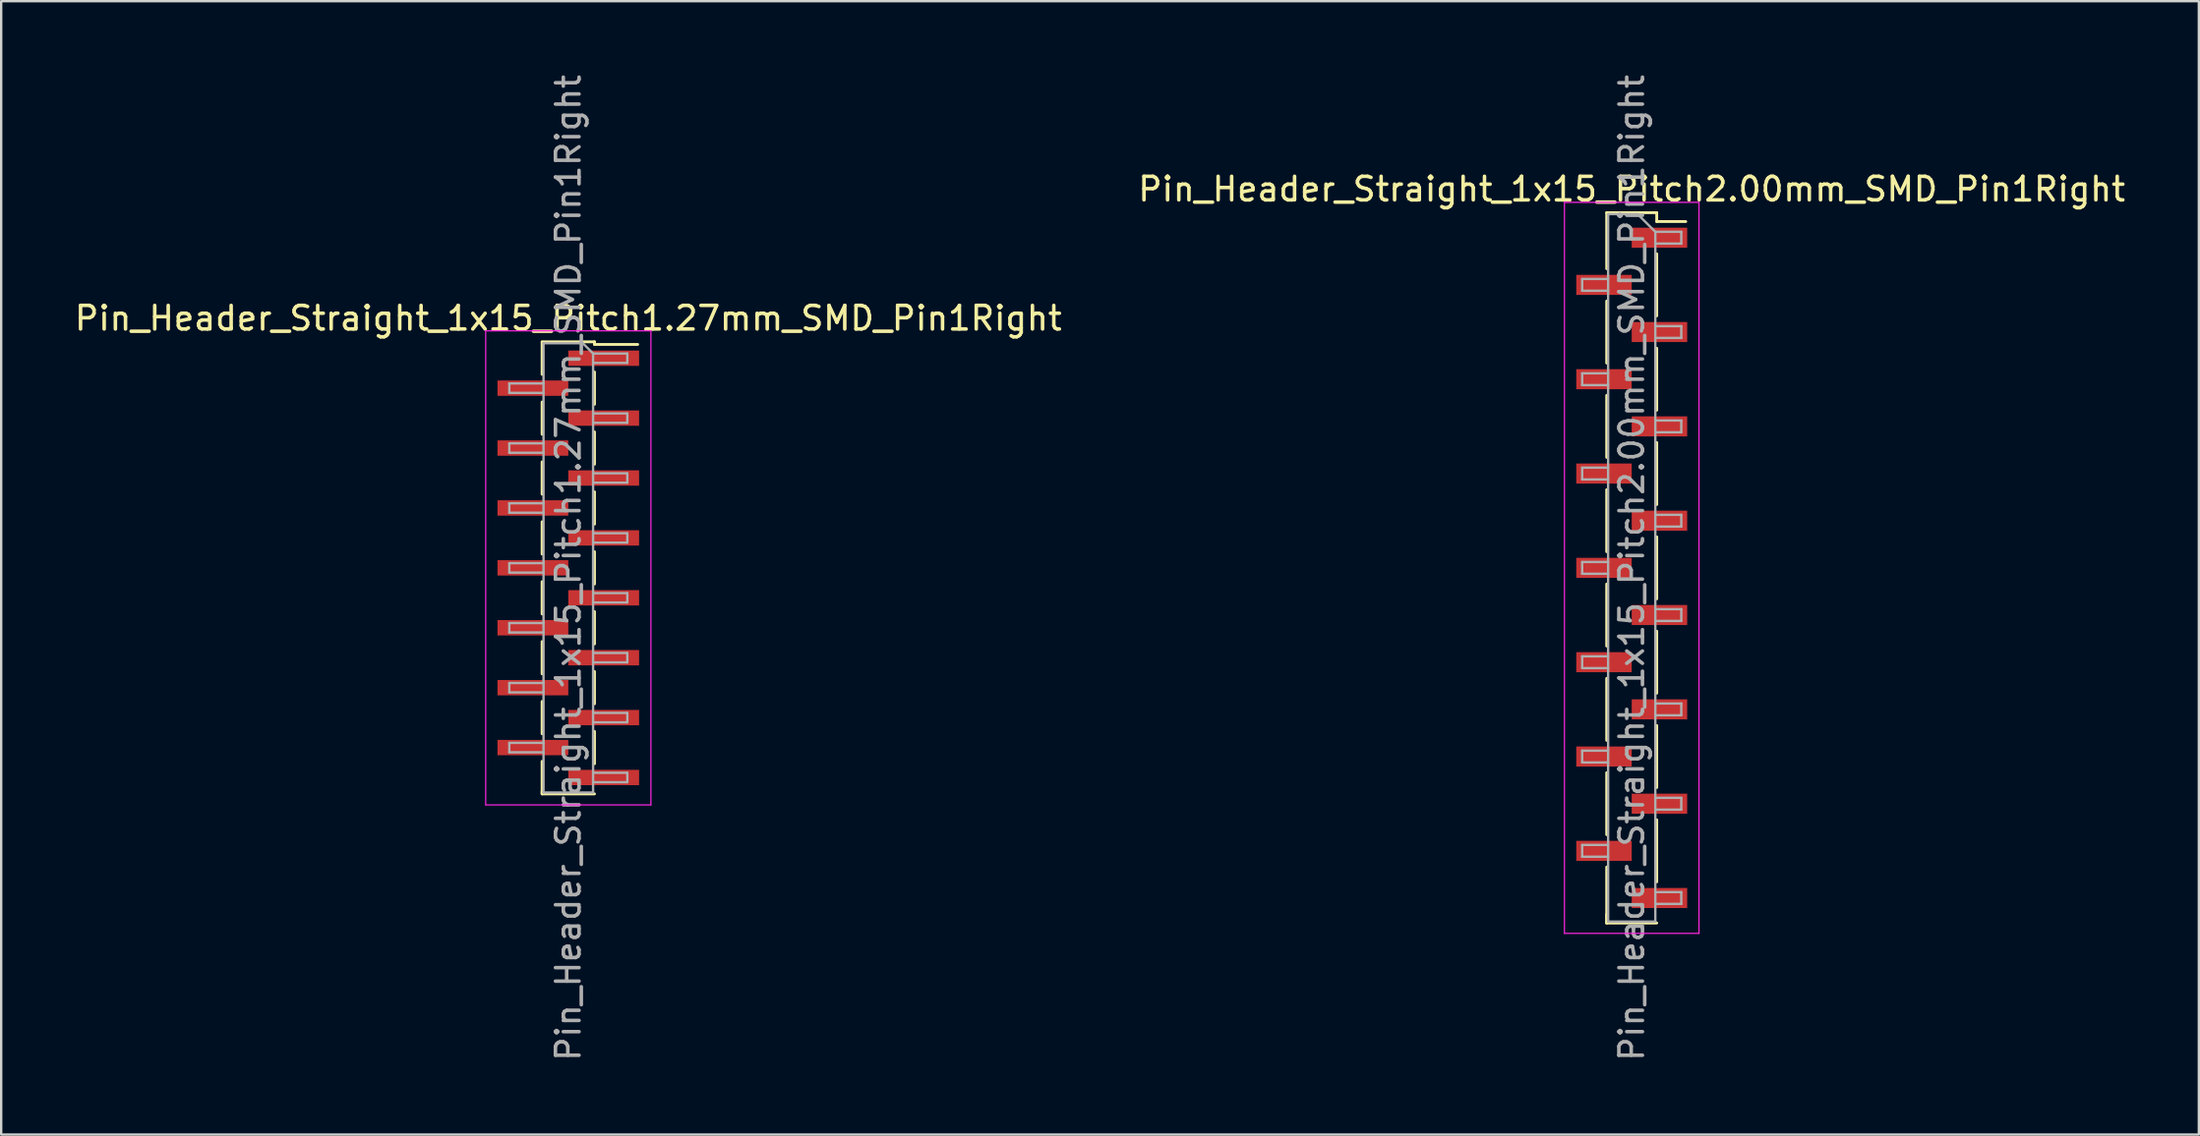
<source format=kicad_pcb>
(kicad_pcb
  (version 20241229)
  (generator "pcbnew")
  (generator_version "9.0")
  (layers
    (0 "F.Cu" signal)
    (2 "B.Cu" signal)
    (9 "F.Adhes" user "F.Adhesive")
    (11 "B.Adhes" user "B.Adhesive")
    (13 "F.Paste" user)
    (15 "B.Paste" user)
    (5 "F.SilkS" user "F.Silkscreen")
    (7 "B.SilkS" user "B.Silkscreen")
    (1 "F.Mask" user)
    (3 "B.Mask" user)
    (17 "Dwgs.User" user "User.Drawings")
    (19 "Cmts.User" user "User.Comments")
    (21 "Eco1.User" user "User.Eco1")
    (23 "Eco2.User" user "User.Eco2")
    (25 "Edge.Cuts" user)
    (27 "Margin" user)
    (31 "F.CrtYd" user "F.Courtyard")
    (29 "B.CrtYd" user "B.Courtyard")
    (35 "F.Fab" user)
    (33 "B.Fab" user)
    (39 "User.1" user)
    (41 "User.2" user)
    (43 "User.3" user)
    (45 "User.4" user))
  (footprint "Pin_Header_Straight_1x15_Pitch2.00mm_SMD_Pin1Right"
    (layer "F.Cu")
    (at 66.089 21.03)
    (property "Reference" "Pin_Header_Straight_1x15_Pitch2.00mm_SMD_Pin1Right" (at 0 -16.06 0) (layer "F.SilkS") (effects (font (size 1 1) (thickness 0.15))))
    (attr smd)
    (fp_line (start -1.06 -15.06) (end -1.06 -12.685) (stroke (width 0.12) (type solid)) (layer "F.SilkS"))
    (fp_line (start -1.06 -15.06) (end 1.06 -15.06) (stroke (width 0.12) (type solid)) (layer "F.SilkS"))
    (fp_line (start -1.06 -11.315) (end -1.06 -8.685) (stroke (width 0.12) (type solid)) (layer "F.SilkS"))
    (fp_line (start -1.06 -7.315) (end -1.06 -4.685) (stroke (width 0.12) (type solid)) (layer "F.SilkS"))
    (fp_line (start -1.06 -3.315) (end -1.06 -0.685) (stroke (width 0.12) (type solid)) (layer "F.SilkS"))
    (fp_line (start -1.06 0.685) (end -1.06 3.315) (stroke (width 0.12) (type solid)) (layer "F.SilkS"))
    (fp_line (start -1.06 4.685) (end -1.06 7.315) (stroke (width 0.12) (type solid)) (layer "F.SilkS"))
    (fp_line (start -1.06 8.685) (end -1.06 11.315) (stroke (width 0.12) (type solid)) (layer "F.SilkS"))
    (fp_line (start -1.06 12.685) (end -1.06 15.06) (stroke (width 0.12) (type solid)) (layer "F.SilkS"))
    (fp_line (start -1.06 14.685) (end -1.06 15.06) (stroke (width 0.12) (type solid)) (layer "F.SilkS"))
    (fp_line (start -1.06 15.06) (end 1.06 15.06) (stroke (width 0.12) (type solid)) (layer "F.SilkS"))
    (fp_line (start 1.06 -15.06) (end 1.06 -14.685) (stroke (width 0.12) (type solid)) (layer "F.SilkS"))
    (fp_line (start 1.06 -14.685) (end 2.29 -14.685) (stroke (width 0.12) (type solid)) (layer "F.SilkS"))
    (fp_line (start 1.06 -13.315) (end 1.06 -10.685) (stroke (width 0.12) (type solid)) (layer "F.SilkS"))
    (fp_line (start 1.06 -9.315) (end 1.06 -6.685) (stroke (width 0.12) (type solid)) (layer "F.SilkS"))
    (fp_line (start 1.06 -5.315) (end 1.06 -2.685) (stroke (width 0.12) (type solid)) (layer "F.SilkS"))
    (fp_line (start 1.06 -1.315) (end 1.06 1.315) (stroke (width 0.12) (type solid)) (layer "F.SilkS"))
    (fp_line (start 1.06 2.685) (end 1.06 5.315) (stroke (width 0.12) (type solid)) (layer "F.SilkS"))
    (fp_line (start 1.06 6.685) (end 1.06 9.315) (stroke (width 0.12) (type solid)) (layer "F.SilkS"))
    (fp_line (start 1.06 10.685) (end 1.06 13.315) (stroke (width 0.12) (type solid)) (layer "F.SilkS"))
    (fp_line (start -2.85 -15.5) (end -2.85 15.5) (stroke (width 0.05) (type solid)) (layer "F.CrtYd"))
    (fp_line (start -2.85 15.5) (end 2.85 15.5) (stroke (width 0.05) (type solid)) (layer "F.CrtYd"))
    (fp_line (start 2.85 -15.5) (end -2.85 -15.5) (stroke (width 0.05) (type solid)) (layer "F.CrtYd"))
    (fp_line (start 2.85 15.5) (end 2.85 -15.5) (stroke (width 0.05) (type solid)) (layer "F.CrtYd"))
    (fp_line (start -2.1 -12.25) (end -2.1 -11.75) (stroke (width 0.1) (type solid)) (layer "F.Fab"))
    (fp_line (start -2.1 -11.75) (end -1 -11.75) (stroke (width 0.1) (type solid)) (layer "F.Fab"))
    (fp_line (start -2.1 -8.25) (end -2.1 -7.75) (stroke (width 0.1) (type solid)) (layer "F.Fab"))
    (fp_line (start -2.1 -7.75) (end -1 -7.75) (stroke (width 0.1) (type solid)) (layer "F.Fab"))
    (fp_line (start -2.1 -4.25) (end -2.1 -3.75) (stroke (width 0.1) (type solid)) (layer "F.Fab"))
    (fp_line (start -2.1 -3.75) (end -1 -3.75) (stroke (width 0.1) (type solid)) (layer "F.Fab"))
    (fp_line (start -2.1 -0.25) (end -2.1 0.25) (stroke (width 0.1) (type solid)) (layer "F.Fab"))
    (fp_line (start -2.1 0.25) (end -1 0.25) (stroke (width 0.1) (type solid)) (layer "F.Fab"))
    (fp_line (start -2.1 3.75) (end -2.1 4.25) (stroke (width 0.1) (type solid)) (layer "F.Fab"))
    (fp_line (start -2.1 4.25) (end -1 4.25) (stroke (width 0.1) (type solid)) (layer "F.Fab"))
    (fp_line (start -2.1 7.75) (end -2.1 8.25) (stroke (width 0.1) (type solid)) (layer "F.Fab"))
    (fp_line (start -2.1 8.25) (end -1 8.25) (stroke (width 0.1) (type solid)) (layer "F.Fab"))
    (fp_line (start -2.1 11.75) (end -2.1 12.25) (stroke (width 0.1) (type solid)) (layer "F.Fab"))
    (fp_line (start -2.1 12.25) (end -1 12.25) (stroke (width 0.1) (type solid)) (layer "F.Fab"))
    (fp_line (start -1 -15) (end -1 15) (stroke (width 0.1) (type solid)) (layer "F.Fab"))
    (fp_line (start -1 -15) (end 0.25 -15) (stroke (width 0.1) (type solid)) (layer "F.Fab"))
    (fp_line (start -1 -12.25) (end -2.1 -12.25) (stroke (width 0.1) (type solid)) (layer "F.Fab"))
    (fp_line (start -1 -8.25) (end -2.1 -8.25) (stroke (width 0.1) (type solid)) (layer "F.Fab"))
    (fp_line (start -1 -4.25) (end -2.1 -4.25) (stroke (width 0.1) (type solid)) (layer "F.Fab"))
    (fp_line (start -1 -0.25) (end -2.1 -0.25) (stroke (width 0.1) (type solid)) (layer "F.Fab"))
    (fp_line (start -1 3.75) (end -2.1 3.75) (stroke (width 0.1) (type solid)) (layer "F.Fab"))
    (fp_line (start -1 7.75) (end -2.1 7.75) (stroke (width 0.1) (type solid)) (layer "F.Fab"))
    (fp_line (start -1 11.75) (end -2.1 11.75) (stroke (width 0.1) (type solid)) (layer "F.Fab"))
    (fp_line (start 1 -14.25) (end 0.25 -15) (stroke (width 0.1) (type solid)) (layer "F.Fab"))
    (fp_line (start 1 -14.25) (end 2.1 -14.25) (stroke (width 0.1) (type solid)) (layer "F.Fab"))
    (fp_line (start 1 -10.25) (end 2.1 -10.25) (stroke (width 0.1) (type solid)) (layer "F.Fab"))
    (fp_line (start 1 -6.25) (end 2.1 -6.25) (stroke (width 0.1) (type solid)) (layer "F.Fab"))
    (fp_line (start 1 -2.25) (end 2.1 -2.25) (stroke (width 0.1) (type solid)) (layer "F.Fab"))
    (fp_line (start 1 1.75) (end 2.1 1.75) (stroke (width 0.1) (type solid)) (layer "F.Fab"))
    (fp_line (start 1 5.75) (end 2.1 5.75) (stroke (width 0.1) (type solid)) (layer "F.Fab"))
    (fp_line (start 1 9.75) (end 2.1 9.75) (stroke (width 0.1) (type solid)) (layer "F.Fab"))
    (fp_line (start 1 13.75) (end 2.1 13.75) (stroke (width 0.1) (type solid)) (layer "F.Fab"))
    (fp_line (start 1 15) (end -1 15) (stroke (width 0.1) (type solid)) (layer "F.Fab"))
    (fp_line (start 1 15) (end 1 -14.25) (stroke (width 0.1) (type solid)) (layer "F.Fab"))
    (fp_line (start 2.1 -14.25) (end 2.1 -13.75) (stroke (width 0.1) (type solid)) (layer "F.Fab"))
    (fp_line (start 2.1 -13.75) (end 1 -13.75) (stroke (width 0.1) (type solid)) (layer "F.Fab"))
    (fp_line (start 2.1 -10.25) (end 2.1 -9.75) (stroke (width 0.1) (type solid)) (layer "F.Fab"))
    (fp_line (start 2.1 -9.75) (end 1 -9.75) (stroke (width 0.1) (type solid)) (layer "F.Fab"))
    (fp_line (start 2.1 -6.25) (end 2.1 -5.75) (stroke (width 0.1) (type solid)) (layer "F.Fab"))
    (fp_line (start 2.1 -5.75) (end 1 -5.75) (stroke (width 0.1) (type solid)) (layer "F.Fab"))
    (fp_line (start 2.1 -2.25) (end 2.1 -1.75) (stroke (width 0.1) (type solid)) (layer "F.Fab"))
    (fp_line (start 2.1 -1.75) (end 1 -1.75) (stroke (width 0.1) (type solid)) (layer "F.Fab"))
    (fp_line (start 2.1 1.75) (end 2.1 2.25) (stroke (width 0.1) (type solid)) (layer "F.Fab"))
    (fp_line (start 2.1 2.25) (end 1 2.25) (stroke (width 0.1) (type solid)) (layer "F.Fab"))
    (fp_line (start 2.1 5.75) (end 2.1 6.25) (stroke (width 0.1) (type solid)) (layer "F.Fab"))
    (fp_line (start 2.1 6.25) (end 1 6.25) (stroke (width 0.1) (type solid)) (layer "F.Fab"))
    (fp_line (start 2.1 9.75) (end 2.1 10.25) (stroke (width 0.1) (type solid)) (layer "F.Fab"))
    (fp_line (start 2.1 10.25) (end 1 10.25) (stroke (width 0.1) (type solid)) (layer "F.Fab"))
    (fp_line (start 2.1 13.75) (end 2.1 14.25) (stroke (width 0.1) (type solid)) (layer "F.Fab"))
    (fp_line (start 2.1 14.25) (end 1 14.25) (stroke (width 0.1) (type solid)) (layer "F.Fab"))
    (fp_text user "${REFERENCE}" (at 0 0 90) (layer "F.Fab") (effects (font (size 1 1) (thickness 0.15))))
    (pad "1" smd rect (at 1.175 -14) (size 2.35 0.85) (layers "F.Cu" "F.Mask" "F.Paste"))
    (pad "2" smd rect (at -1.175 -12) (size 2.35 0.85) (layers "F.Cu" "F.Mask" "F.Paste"))
    (pad "3" smd rect (at 1.175 -10) (size 2.35 0.85) (layers "F.Cu" "F.Mask" "F.Paste"))
    (pad "4" smd rect (at -1.175 -8) (size 2.35 0.85) (layers "F.Cu" "F.Mask" "F.Paste"))
    (pad "5" smd rect (at 1.175 -6) (size 2.35 0.85) (layers "F.Cu" "F.Mask" "F.Paste"))
    (pad "6" smd rect (at -1.175 -4) (size 2.35 0.85) (layers "F.Cu" "F.Mask" "F.Paste"))
    (pad "7" smd rect (at 1.175 -2) (size 2.35 0.85) (layers "F.Cu" "F.Mask" "F.Paste"))
    (pad "8" smd rect (at -1.175 0) (size 2.35 0.85) (layers "F.Cu" "F.Mask" "F.Paste"))
    (pad "9" smd rect (at 1.175 2) (size 2.35 0.85) (layers "F.Cu" "F.Mask" "F.Paste"))
    (pad "10" smd rect (at -1.175 4) (size 2.35 0.85) (layers "F.Cu" "F.Mask" "F.Paste"))
    (pad "11" smd rect (at 1.175 6) (size 2.35 0.85) (layers "F.Cu" "F.Mask" "F.Paste"))
    (pad "12" smd rect (at -1.175 8) (size 2.35 0.85) (layers "F.Cu" "F.Mask" "F.Paste"))
    (pad "13" smd rect (at 1.175 10) (size 2.35 0.85) (layers "F.Cu" "F.Mask" "F.Paste"))
    (pad "14" smd rect (at -1.175 12) (size 2.35 0.85) (layers "F.Cu" "F.Mask" "F.Paste"))
    (pad "15" smd rect (at 1.175 14) (size 2.35 0.85) (layers "F.Cu" "F.Mask" "F.Paste")))
  (footprint "Pin_Header_Straight_1x15_Pitch1.27mm_SMD_Pin1Right"
    (layer "F.Cu")
    (at 21.03 21.03)
    (property "Reference" "Pin_Header_Straight_1x15_Pitch1.27mm_SMD_Pin1Right" (at 0 -10.585 0) (layer "F.SilkS") (effects (font (size 1 1) (thickness 0.15))))
    (attr smd)
    (fp_line (start -1.11 -9.585) (end 1.11 -9.585) (stroke (width 0.12) (type solid)) (layer "F.SilkS"))
    (fp_line (start -1.11 -9.575) (end -1.11 -8.205) (stroke (width 0.12) (type solid)) (layer "F.SilkS"))
    (fp_line (start -1.11 -7.035) (end -1.11 -5.665) (stroke (width 0.12) (type solid)) (layer "F.SilkS"))
    (fp_line (start -1.11 -4.495) (end -1.11 -3.125) (stroke (width 0.12) (type solid)) (layer "F.SilkS"))
    (fp_line (start -1.11 -1.955) (end -1.11 -0.585) (stroke (width 0.12) (type solid)) (layer "F.SilkS"))
    (fp_line (start -1.11 0.585) (end -1.11 1.955) (stroke (width 0.12) (type solid)) (layer "F.SilkS"))
    (fp_line (start -1.11 3.125) (end -1.11 4.495) (stroke (width 0.12) (type solid)) (layer "F.SilkS"))
    (fp_line (start -1.11 5.665) (end -1.11 7.035) (stroke (width 0.12) (type solid)) (layer "F.SilkS"))
    (fp_line (start -1.11 8.205) (end -1.11 9.575) (stroke (width 0.12) (type solid)) (layer "F.SilkS"))
    (fp_line (start -1.11 9.475) (end -1.11 9.585) (stroke (width 0.12) (type solid)) (layer "F.SilkS"))
    (fp_line (start -1.11 9.585) (end 1.11 9.585) (stroke (width 0.12) (type solid)) (layer "F.SilkS"))
    (fp_line (start 1.11 -9.585) (end 1.11 -9.475) (stroke (width 0.12) (type solid)) (layer "F.SilkS"))
    (fp_line (start 1.11 -9.475) (end 2.94 -9.475) (stroke (width 0.12) (type solid)) (layer "F.SilkS"))
    (fp_line (start 1.11 -8.305) (end 1.11 -6.935) (stroke (width 0.12) (type solid)) (layer "F.SilkS"))
    (fp_line (start 1.11 -5.765) (end 1.11 -4.395) (stroke (width 0.12) (type solid)) (layer "F.SilkS"))
    (fp_line (start 1.11 -3.225) (end 1.11 -1.855) (stroke (width 0.12) (type solid)) (layer "F.SilkS"))
    (fp_line (start 1.11 -0.685) (end 1.11 0.685) (stroke (width 0.12) (type solid)) (layer "F.SilkS"))
    (fp_line (start 1.11 1.855) (end 1.11 3.225) (stroke (width 0.12) (type solid)) (layer "F.SilkS"))
    (fp_line (start 1.11 4.395) (end 1.11 5.765) (stroke (width 0.12) (type solid)) (layer "F.SilkS"))
    (fp_line (start 1.11 6.935) (end 1.11 8.305) (stroke (width 0.12) (type solid)) (layer "F.SilkS"))
    (fp_line (start -3.5 -10.05) (end -3.5 10.05) (stroke (width 0.05) (type solid)) (layer "F.CrtYd"))
    (fp_line (start -3.5 10.05) (end 3.5 10.05) (stroke (width 0.05) (type solid)) (layer "F.CrtYd"))
    (fp_line (start 3.5 -10.05) (end -3.5 -10.05) (stroke (width 0.05) (type solid)) (layer "F.CrtYd"))
    (fp_line (start 3.5 10.05) (end 3.5 -10.05) (stroke (width 0.05) (type solid)) (layer "F.CrtYd"))
    (fp_line (start -2.5 -7.82) (end -2.5 -7.42) (stroke (width 0.1) (type solid)) (layer "F.Fab"))
    (fp_line (start -2.5 -7.42) (end -1.05 -7.42) (stroke (width 0.1) (type solid)) (layer "F.Fab"))
    (fp_line (start -2.5 -5.28) (end -2.5 -4.88) (stroke (width 0.1) (type solid)) (layer "F.Fab"))
    (fp_line (start -2.5 -4.88) (end -1.05 -4.88) (stroke (width 0.1) (type solid)) (layer "F.Fab"))
    (fp_line (start -2.5 -2.74) (end -2.5 -2.34) (stroke (width 0.1) (type solid)) (layer "F.Fab"))
    (fp_line (start -2.5 -2.34) (end -1.05 -2.34) (stroke (width 0.1) (type solid)) (layer "F.Fab"))
    (fp_line (start -2.5 -0.2) (end -2.5 0.2) (stroke (width 0.1) (type solid)) (layer "F.Fab"))
    (fp_line (start -2.5 0.2) (end -1.05 0.2) (stroke (width 0.1) (type solid)) (layer "F.Fab"))
    (fp_line (start -2.5 2.34) (end -2.5 2.74) (stroke (width 0.1) (type solid)) (layer "F.Fab"))
    (fp_line (start -2.5 2.74) (end -1.05 2.74) (stroke (width 0.1) (type solid)) (layer "F.Fab"))
    (fp_line (start -2.5 4.88) (end -2.5 5.28) (stroke (width 0.1) (type solid)) (layer "F.Fab"))
    (fp_line (start -2.5 5.28) (end -1.05 5.28) (stroke (width 0.1) (type solid)) (layer "F.Fab"))
    (fp_line (start -2.5 7.42) (end -2.5 7.82) (stroke (width 0.1) (type solid)) (layer "F.Fab"))
    (fp_line (start -2.5 7.82) (end -1.05 7.82) (stroke (width 0.1) (type solid)) (layer "F.Fab"))
    (fp_line (start -1.05 -9.525) (end -1.05 9.525) (stroke (width 0.1) (type solid)) (layer "F.Fab"))
    (fp_line (start -1.05 -9.525) (end 0.615 -9.525) (stroke (width 0.1) (type solid)) (layer "F.Fab"))
    (fp_line (start -1.05 -7.82) (end -2.5 -7.82) (stroke (width 0.1) (type solid)) (layer "F.Fab"))
    (fp_line (start -1.05 -5.28) (end -2.5 -5.28) (stroke (width 0.1) (type solid)) (layer "F.Fab"))
    (fp_line (start -1.05 -2.74) (end -2.5 -2.74) (stroke (width 0.1) (type solid)) (layer "F.Fab"))
    (fp_line (start -1.05 -0.2) (end -2.5 -0.2) (stroke (width 0.1) (type solid)) (layer "F.Fab"))
    (fp_line (start -1.05 2.34) (end -2.5 2.34) (stroke (width 0.1) (type solid)) (layer "F.Fab"))
    (fp_line (start -1.05 4.88) (end -2.5 4.88) (stroke (width 0.1) (type solid)) (layer "F.Fab"))
    (fp_line (start -1.05 7.42) (end -2.5 7.42) (stroke (width 0.1) (type solid)) (layer "F.Fab"))
    (fp_line (start 1.05 -9.09) (end 0.615 -9.525) (stroke (width 0.1) (type solid)) (layer "F.Fab"))
    (fp_line (start 1.05 -9.09) (end 2.5 -9.09) (stroke (width 0.1) (type solid)) (layer "F.Fab"))
    (fp_line (start 1.05 -6.55) (end 2.5 -6.55) (stroke (width 0.1) (type solid)) (layer "F.Fab"))
    (fp_line (start 1.05 -4.01) (end 2.5 -4.01) (stroke (width 0.1) (type solid)) (layer "F.Fab"))
    (fp_line (start 1.05 -1.47) (end 2.5 -1.47) (stroke (width 0.1) (type solid)) (layer "F.Fab"))
    (fp_line (start 1.05 1.07) (end 2.5 1.07) (stroke (width 0.1) (type solid)) (layer "F.Fab"))
    (fp_line (start 1.05 3.61) (end 2.5 3.61) (stroke (width 0.1) (type solid)) (layer "F.Fab"))
    (fp_line (start 1.05 6.15) (end 2.5 6.15) (stroke (width 0.1) (type solid)) (layer "F.Fab"))
    (fp_line (start 1.05 8.69) (end 2.5 8.69) (stroke (width 0.1) (type solid)) (layer "F.Fab"))
    (fp_line (start 1.05 9.525) (end -1.05 9.525) (stroke (width 0.1) (type solid)) (layer "F.Fab"))
    (fp_line (start 1.05 9.525) (end 1.05 -9.09) (stroke (width 0.1) (type solid)) (layer "F.Fab"))
    (fp_line (start 2.5 -9.09) (end 2.5 -8.69) (stroke (width 0.1) (type solid)) (layer "F.Fab"))
    (fp_line (start 2.5 -8.69) (end 1.05 -8.69) (stroke (width 0.1) (type solid)) (layer "F.Fab"))
    (fp_line (start 2.5 -6.55) (end 2.5 -6.15) (stroke (width 0.1) (type solid)) (layer "F.Fab"))
    (fp_line (start 2.5 -6.15) (end 1.05 -6.15) (stroke (width 0.1) (type solid)) (layer "F.Fab"))
    (fp_line (start 2.5 -4.01) (end 2.5 -3.61) (stroke (width 0.1) (type solid)) (layer "F.Fab"))
    (fp_line (start 2.5 -3.61) (end 1.05 -3.61) (stroke (width 0.1) (type solid)) (layer "F.Fab"))
    (fp_line (start 2.5 -1.47) (end 2.5 -1.07) (stroke (width 0.1) (type solid)) (layer "F.Fab"))
    (fp_line (start 2.5 -1.07) (end 1.05 -1.07) (stroke (width 0.1) (type solid)) (layer "F.Fab"))
    (fp_line (start 2.5 1.07) (end 2.5 1.47) (stroke (width 0.1) (type solid)) (layer "F.Fab"))
    (fp_line (start 2.5 1.47) (end 1.05 1.47) (stroke (width 0.1) (type solid)) (layer "F.Fab"))
    (fp_line (start 2.5 3.61) (end 2.5 4.01) (stroke (width 0.1) (type solid)) (layer "F.Fab"))
    (fp_line (start 2.5 4.01) (end 1.05 4.01) (stroke (width 0.1) (type solid)) (layer "F.Fab"))
    (fp_line (start 2.5 6.15) (end 2.5 6.55) (stroke (width 0.1) (type solid)) (layer "F.Fab"))
    (fp_line (start 2.5 6.55) (end 1.05 6.55) (stroke (width 0.1) (type solid)) (layer "F.Fab"))
    (fp_line (start 2.5 8.69) (end 2.5 9.09) (stroke (width 0.1) (type solid)) (layer "F.Fab"))
    (fp_line (start 2.5 9.09) (end 1.05 9.09) (stroke (width 0.1) (type solid)) (layer "F.Fab"))
    (fp_text user "${REFERENCE}" (at 0 0 90) (layer "F.Fab") (effects (font (size 1 1) (thickness 0.15))))
    (pad "1" smd rect (at 1.5 -8.89) (size 3 0.65) (layers "F.Cu" "F.Mask" "F.Paste"))
    (pad "2" smd rect (at -1.5 -7.62) (size 3 0.65) (layers "F.Cu" "F.Mask" "F.Paste"))
    (pad "3" smd rect (at 1.5 -6.35) (size 3 0.65) (layers "F.Cu" "F.Mask" "F.Paste"))
    (pad "4" smd rect (at -1.5 -5.08) (size 3 0.65) (layers "F.Cu" "F.Mask" "F.Paste"))
    (pad "5" smd rect (at 1.5 -3.81) (size 3 0.65) (layers "F.Cu" "F.Mask" "F.Paste"))
    (pad "6" smd rect (at -1.5 -2.54) (size 3 0.65) (layers "F.Cu" "F.Mask" "F.Paste"))
    (pad "7" smd rect (at 1.5 -1.27) (size 3 0.65) (layers "F.Cu" "F.Mask" "F.Paste"))
    (pad "8" smd rect (at -1.5 0) (size 3 0.65) (layers "F.Cu" "F.Mask" "F.Paste"))
    (pad "9" smd rect (at 1.5 1.27) (size 3 0.65) (layers "F.Cu" "F.Mask" "F.Paste"))
    (pad "10" smd rect (at -1.5 2.54) (size 3 0.65) (layers "F.Cu" "F.Mask" "F.Paste"))
    (pad "11" smd rect (at 1.5 3.81) (size 3 0.65) (layers "F.Cu" "F.Mask" "F.Paste"))
    (pad "12" smd rect (at -1.5 5.08) (size 3 0.65) (layers "F.Cu" "F.Mask" "F.Paste"))
    (pad "13" smd rect (at 1.5 6.35) (size 3 0.65) (layers "F.Cu" "F.Mask" "F.Paste"))
    (pad "14" smd rect (at -1.5 7.62) (size 3 0.65) (layers "F.Cu" "F.Mask" "F.Paste"))
    (pad "15" smd rect (at 1.5 8.89) (size 3 0.65) (layers "F.Cu" "F.Mask" "F.Paste")))
  (gr_rect
    (start -3 -3)
    (end 90.119 45.06)
    (stroke (width 0.1) (type default))
    (fill no)
    (layer "Edge.Cuts")))
</source>
